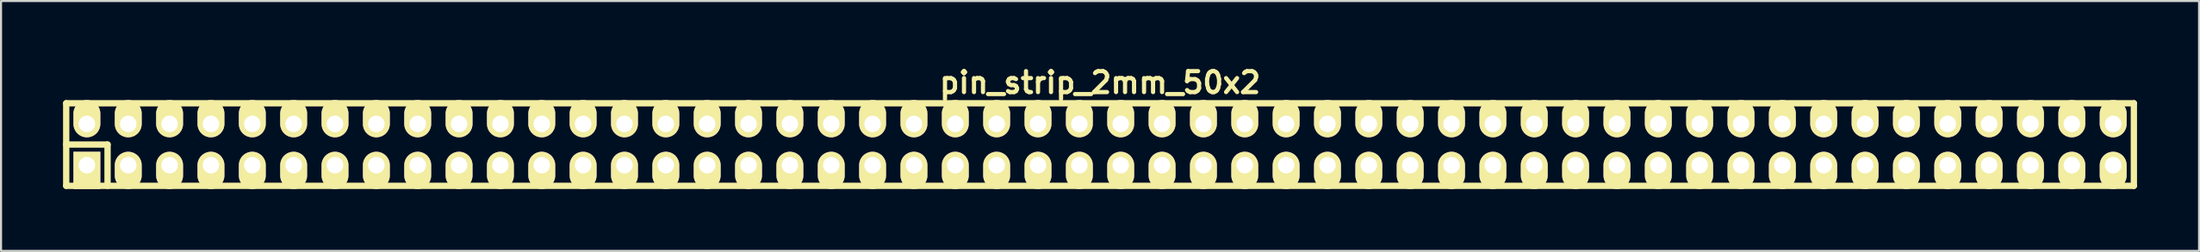
<source format=kicad_pcb>
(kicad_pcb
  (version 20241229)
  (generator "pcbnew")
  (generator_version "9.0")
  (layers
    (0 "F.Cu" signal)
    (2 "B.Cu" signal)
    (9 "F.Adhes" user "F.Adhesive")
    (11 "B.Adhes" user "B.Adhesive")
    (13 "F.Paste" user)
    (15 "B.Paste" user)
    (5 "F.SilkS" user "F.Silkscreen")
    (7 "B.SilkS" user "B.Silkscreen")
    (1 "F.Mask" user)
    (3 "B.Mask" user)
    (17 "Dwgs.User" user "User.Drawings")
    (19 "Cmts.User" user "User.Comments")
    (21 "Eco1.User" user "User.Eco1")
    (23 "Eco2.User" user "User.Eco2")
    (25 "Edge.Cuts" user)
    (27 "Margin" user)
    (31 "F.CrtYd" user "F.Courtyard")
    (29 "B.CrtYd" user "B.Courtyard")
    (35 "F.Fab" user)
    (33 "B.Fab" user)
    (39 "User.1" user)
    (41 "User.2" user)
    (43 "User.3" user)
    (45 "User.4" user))
  (footprint "pin_strip_2mm_50x2"
    (layer "F.Cu")
    (at 50.152 3.951)
    (property "Reference" "pin_strip_2mm_50x2" (at 0 -3 0) (layer "F.SilkS") (effects (font (size 1.016 1.016) (thickness 0.203))))
    (attr through_hole)
    (fp_line (start -50 -2) (end 50 -2) (stroke (width 0.305) (type solid)) (layer "F.SilkS"))
    (fp_line (start -50 0) (end -48 0) (stroke (width 0.305) (type solid)) (layer "F.SilkS"))
    (fp_line (start -50 2) (end -50 -2) (stroke (width 0.305) (type solid)) (layer "F.SilkS"))
    (fp_line (start -48 0) (end -48 2) (stroke (width 0.305) (type solid)) (layer "F.SilkS"))
    (fp_line (start 50 -2) (end 50 2) (stroke (width 0.305) (type solid)) (layer "F.SilkS"))
    (fp_line (start 50 2) (end -50 2) (stroke (width 0.305) (type solid)) (layer "F.SilkS"))
    (pad "1" thru_hole rect (at -49 1) (size 1.3 1.8) (drill 0.8 (offset 0 0.25)) (layers "*.Cu" "*.Mask" "F.SilkS"))
    (pad "2" thru_hole oval (at -49 -1) (size 1.3 1.8) (drill 0.8 (offset 0 -0.25)) (layers "*.Cu" "*.Mask" "F.SilkS"))
    (pad "3" thru_hole oval (at -47 1) (size 1.3 1.8) (drill 0.8 (offset 0 0.25)) (layers "*.Cu" "*.Mask" "F.SilkS"))
    (pad "4" thru_hole oval (at -47 -1) (size 1.3 1.8) (drill 0.8 (offset 0 -0.25)) (layers "*.Cu" "*.Mask" "F.SilkS"))
    (pad "5" thru_hole oval (at -45 1) (size 1.3 1.8) (drill 0.8 (offset 0 0.25)) (layers "*.Cu" "*.Mask" "F.SilkS"))
    (pad "6" thru_hole oval (at -45 -1) (size 1.3 1.8) (drill 0.8 (offset 0 -0.25)) (layers "*.Cu" "*.Mask" "F.SilkS"))
    (pad "7" thru_hole oval (at -43 1) (size 1.3 1.8) (drill 0.8 (offset 0 0.25)) (layers "*.Cu" "*.Mask" "F.SilkS"))
    (pad "8" thru_hole oval (at -43 -1) (size 1.3 1.8) (drill 0.8 (offset 0 -0.25)) (layers "*.Cu" "*.Mask" "F.SilkS"))
    (pad "9" thru_hole oval (at -41 1) (size 1.3 1.8) (drill 0.8 (offset 0 0.25)) (layers "*.Cu" "*.Mask" "F.SilkS"))
    (pad "10" thru_hole oval (at -41 -1) (size 1.3 1.8) (drill 0.8 (offset 0 -0.25)) (layers "*.Cu" "*.Mask" "F.SilkS"))
    (pad "11" thru_hole oval (at -39 1) (size 1.3 1.8) (drill 0.8 (offset 0 0.25)) (layers "*.Cu" "*.Mask" "F.SilkS"))
    (pad "12" thru_hole oval (at -39 -1) (size 1.3 1.8) (drill 0.8 (offset 0 -0.25)) (layers "*.Cu" "*.Mask" "F.SilkS"))
    (pad "13" thru_hole oval (at -37 1) (size 1.3 1.8) (drill 0.8 (offset 0 0.25)) (layers "*.Cu" "*.Mask" "F.SilkS"))
    (pad "14" thru_hole oval (at -37 -1) (size 1.3 1.8) (drill 0.8 (offset 0 -0.25)) (layers "*.Cu" "*.Mask" "F.SilkS"))
    (pad "15" thru_hole oval (at -35 1) (size 1.3 1.8) (drill 0.8 (offset 0 0.25)) (layers "*.Cu" "*.Mask" "F.SilkS"))
    (pad "16" thru_hole oval (at -35 -1) (size 1.3 1.8) (drill 0.8 (offset 0 -0.25)) (layers "*.Cu" "*.Mask" "F.SilkS"))
    (pad "17" thru_hole oval (at -33 1) (size 1.3 1.8) (drill 0.8 (offset 0 0.25)) (layers "*.Cu" "*.Mask" "F.SilkS"))
    (pad "18" thru_hole oval (at -33 -1) (size 1.3 1.8) (drill 0.8 (offset 0 -0.25)) (layers "*.Cu" "*.Mask" "F.SilkS"))
    (pad "19" thru_hole oval (at -31 1) (size 1.3 1.8) (drill 0.8 (offset 0 0.25)) (layers "*.Cu" "*.Mask" "F.SilkS"))
    (pad "20" thru_hole oval (at -31 -1) (size 1.3 1.8) (drill 0.8 (offset 0 -0.25)) (layers "*.Cu" "*.Mask" "F.SilkS"))
    (pad "21" thru_hole oval (at -29 1) (size 1.3 1.8) (drill 0.8 (offset 0 0.25)) (layers "*.Cu" "*.Mask" "F.SilkS"))
    (pad "22" thru_hole oval (at -29 -1) (size 1.3 1.8) (drill 0.8 (offset 0 -0.25)) (layers "*.Cu" "*.Mask" "F.SilkS"))
    (pad "23" thru_hole oval (at -27 1) (size 1.3 1.8) (drill 0.8 (offset 0 0.25)) (layers "*.Cu" "*.Mask" "F.SilkS"))
    (pad "24" thru_hole oval (at -27 -1) (size 1.3 1.8) (drill 0.8 (offset 0 -0.25)) (layers "*.Cu" "*.Mask" "F.SilkS"))
    (pad "25" thru_hole oval (at -25 1) (size 1.3 1.8) (drill 0.8 (offset 0 0.25)) (layers "*.Cu" "*.Mask" "F.SilkS"))
    (pad "26" thru_hole oval (at -25 -1) (size 1.3 1.8) (drill 0.8 (offset 0 -0.25)) (layers "*.Cu" "*.Mask" "F.SilkS"))
    (pad "27" thru_hole oval (at -23 1) (size 1.3 1.8) (drill 0.8 (offset 0 0.25)) (layers "*.Cu" "*.Mask" "F.SilkS"))
    (pad "28" thru_hole oval (at -23 -1) (size 1.3 1.8) (drill 0.8 (offset 0 -0.25)) (layers "*.Cu" "*.Mask" "F.SilkS"))
    (pad "29" thru_hole oval (at -21 1) (size 1.3 1.8) (drill 0.8 (offset 0 0.25)) (layers "*.Cu" "*.Mask" "F.SilkS"))
    (pad "30" thru_hole oval (at -21 -1) (size 1.3 1.8) (drill 0.8 (offset 0 -0.25)) (layers "*.Cu" "*.Mask" "F.SilkS"))
    (pad "31" thru_hole oval (at -19 1) (size 1.3 1.8) (drill 0.8 (offset 0 0.25)) (layers "*.Cu" "*.Mask" "F.SilkS"))
    (pad "32" thru_hole oval (at -19 -1) (size 1.3 1.8) (drill 0.8 (offset 0 -0.25)) (layers "*.Cu" "*.Mask" "F.SilkS"))
    (pad "33" thru_hole oval (at -17 1) (size 1.3 1.8) (drill 0.8 (offset 0 0.25)) (layers "*.Cu" "*.Mask" "F.SilkS"))
    (pad "34" thru_hole oval (at -17 -1) (size 1.3 1.8) (drill 0.8 (offset 0 -0.25)) (layers "*.Cu" "*.Mask" "F.SilkS"))
    (pad "35" thru_hole oval (at -15 1) (size 1.3 1.8) (drill 0.8 (offset 0 0.25)) (layers "*.Cu" "*.Mask" "F.SilkS"))
    (pad "36" thru_hole oval (at -15 -1) (size 1.3 1.8) (drill 0.8 (offset 0 -0.25)) (layers "*.Cu" "*.Mask" "F.SilkS"))
    (pad "37" thru_hole oval (at -13 1) (size 1.3 1.8) (drill 0.8 (offset 0 0.25)) (layers "*.Cu" "*.Mask" "F.SilkS"))
    (pad "38" thru_hole oval (at -13 -1) (size 1.3 1.8) (drill 0.8 (offset 0 -0.25)) (layers "*.Cu" "*.Mask" "F.SilkS"))
    (pad "39" thru_hole oval (at -11 1) (size 1.3 1.8) (drill 0.8 (offset 0 0.25)) (layers "*.Cu" "*.Mask" "F.SilkS"))
    (pad "40" thru_hole oval (at -11 -1) (size 1.3 1.8) (drill 0.8 (offset 0 -0.25)) (layers "*.Cu" "*.Mask" "F.SilkS"))
    (pad "41" thru_hole oval (at -9 1) (size 1.3 1.8) (drill 0.8 (offset 0 0.25)) (layers "*.Cu" "*.Mask" "F.SilkS"))
    (pad "42" thru_hole oval (at -9 -1) (size 1.3 1.8) (drill 0.8 (offset 0 -0.25)) (layers "*.Cu" "*.Mask" "F.SilkS"))
    (pad "43" thru_hole oval (at -7 1) (size 1.3 1.8) (drill 0.8 (offset 0 0.25)) (layers "*.Cu" "*.Mask" "F.SilkS"))
    (pad "44" thru_hole oval (at -7 -1) (size 1.3 1.8) (drill 0.8 (offset 0 -0.25)) (layers "*.Cu" "*.Mask" "F.SilkS"))
    (pad "45" thru_hole oval (at -5 1) (size 1.3 1.8) (drill 0.8 (offset 0 0.25)) (layers "*.Cu" "*.Mask" "F.SilkS"))
    (pad "46" thru_hole oval (at -5 -1) (size 1.3 1.8) (drill 0.8 (offset 0 -0.25)) (layers "*.Cu" "*.Mask" "F.SilkS"))
    (pad "47" thru_hole oval (at -3 1) (size 1.3 1.8) (drill 0.8 (offset 0 0.25)) (layers "*.Cu" "*.Mask" "F.SilkS"))
    (pad "48" thru_hole oval (at -3 -1) (size 1.3 1.8) (drill 0.8 (offset 0 -0.25)) (layers "*.Cu" "*.Mask" "F.SilkS"))
    (pad "49" thru_hole oval (at -1 1) (size 1.3 1.8) (drill 0.8 (offset 0 0.25)) (layers "*.Cu" "*.Mask" "F.SilkS"))
    (pad "50" thru_hole oval (at -1 -1) (size 1.3 1.8) (drill 0.8 (offset 0 -0.25)) (layers "*.Cu" "*.Mask" "F.SilkS"))
    (pad "51" thru_hole oval (at 1 1) (size 1.3 1.8) (drill 0.8 (offset 0 0.25)) (layers "*.Cu" "*.Mask" "F.SilkS"))
    (pad "52" thru_hole oval (at 1 -1) (size 1.3 1.8) (drill 0.8 (offset 0 -0.25)) (layers "*.Cu" "*.Mask" "F.SilkS"))
    (pad "53" thru_hole oval (at 3 1) (size 1.3 1.8) (drill 0.8 (offset 0 0.25)) (layers "*.Cu" "*.Mask" "F.SilkS"))
    (pad "54" thru_hole oval (at 3 -1) (size 1.3 1.8) (drill 0.8 (offset 0 -0.25)) (layers "*.Cu" "*.Mask" "F.SilkS"))
    (pad "55" thru_hole oval (at 5 1) (size 1.3 1.8) (drill 0.8 (offset 0 0.25)) (layers "*.Cu" "*.Mask" "F.SilkS"))
    (pad "56" thru_hole oval (at 5 -1) (size 1.3 1.8) (drill 0.8 (offset 0 -0.25)) (layers "*.Cu" "*.Mask" "F.SilkS"))
    (pad "57" thru_hole oval (at 7 1) (size 1.3 1.8) (drill 0.8 (offset 0 0.25)) (layers "*.Cu" "*.Mask" "F.SilkS"))
    (pad "58" thru_hole oval (at 7 -1) (size 1.3 1.8) (drill 0.8 (offset 0 -0.25)) (layers "*.Cu" "*.Mask" "F.SilkS"))
    (pad "59" thru_hole oval (at 9 1) (size 1.3 1.8) (drill 0.8 (offset 0 0.25)) (layers "*.Cu" "*.Mask" "F.SilkS"))
    (pad "60" thru_hole oval (at 9 -1) (size 1.3 1.8) (drill 0.8 (offset 0 -0.25)) (layers "*.Cu" "*.Mask" "F.SilkS"))
    (pad "61" thru_hole oval (at 11 1) (size 1.3 1.8) (drill 0.8 (offset 0 0.25)) (layers "*.Cu" "*.Mask" "F.SilkS"))
    (pad "62" thru_hole oval (at 11 -1) (size 1.3 1.8) (drill 0.8 (offset 0 -0.25)) (layers "*.Cu" "*.Mask" "F.SilkS"))
    (pad "63" thru_hole oval (at 13 1) (size 1.3 1.8) (drill 0.8 (offset 0 0.25)) (layers "*.Cu" "*.Mask" "F.SilkS"))
    (pad "64" thru_hole oval (at 13 -1) (size 1.3 1.8) (drill 0.8 (offset 0 -0.25)) (layers "*.Cu" "*.Mask" "F.SilkS"))
    (pad "65" thru_hole oval (at 15 1) (size 1.3 1.8) (drill 0.8 (offset 0 0.25)) (layers "*.Cu" "*.Mask" "F.SilkS"))
    (pad "66" thru_hole oval (at 15 -1) (size 1.3 1.8) (drill 0.8 (offset 0 -0.25)) (layers "*.Cu" "*.Mask" "F.SilkS"))
    (pad "67" thru_hole oval (at 17 1) (size 1.3 1.8) (drill 0.8 (offset 0 0.25)) (layers "*.Cu" "*.Mask" "F.SilkS"))
    (pad "68" thru_hole oval (at 17 -1) (size 1.3 1.8) (drill 0.8 (offset 0 -0.25)) (layers "*.Cu" "*.Mask" "F.SilkS"))
    (pad "69" thru_hole oval (at 19 1) (size 1.3 1.8) (drill 0.8 (offset 0 0.25)) (layers "*.Cu" "*.Mask" "F.SilkS"))
    (pad "70" thru_hole oval (at 19 -1) (size 1.3 1.8) (drill 0.8 (offset 0 -0.25)) (layers "*.Cu" "*.Mask" "F.SilkS"))
    (pad "71" thru_hole oval (at 21 1) (size 1.3 1.8) (drill 0.8 (offset 0 0.25)) (layers "*.Cu" "*.Mask" "F.SilkS"))
    (pad "72" thru_hole oval (at 21 -1) (size 1.3 1.8) (drill 0.8 (offset 0 -0.25)) (layers "*.Cu" "*.Mask" "F.SilkS"))
    (pad "73" thru_hole oval (at 23 1) (size 1.3 1.8) (drill 0.8 (offset 0 0.25)) (layers "*.Cu" "*.Mask" "F.SilkS"))
    (pad "74" thru_hole oval (at 23 -1) (size 1.3 1.8) (drill 0.8 (offset 0 -0.25)) (layers "*.Cu" "*.Mask" "F.SilkS"))
    (pad "75" thru_hole oval (at 25 1) (size 1.3 1.8) (drill 0.8 (offset 0 0.25)) (layers "*.Cu" "*.Mask" "F.SilkS"))
    (pad "76" thru_hole oval (at 25 -1) (size 1.3 1.8) (drill 0.8 (offset 0 -0.25)) (layers "*.Cu" "*.Mask" "F.SilkS"))
    (pad "77" thru_hole oval (at 27 1) (size 1.3 1.8) (drill 0.8 (offset 0 0.25)) (layers "*.Cu" "*.Mask" "F.SilkS"))
    (pad "78" thru_hole oval (at 27 -1) (size 1.3 1.8) (drill 0.8 (offset 0 -0.25)) (layers "*.Cu" "*.Mask" "F.SilkS"))
    (pad "79" thru_hole oval (at 29 1) (size 1.3 1.8) (drill 0.8 (offset 0 0.25)) (layers "*.Cu" "*.Mask" "F.SilkS"))
    (pad "80" thru_hole oval (at 29 -1) (size 1.3 1.8) (drill 0.8 (offset 0 -0.25)) (layers "*.Cu" "*.Mask" "F.SilkS"))
    (pad "81" thru_hole oval (at 31 1) (size 1.3 1.8) (drill 0.8 (offset 0 0.25)) (layers "*.Cu" "*.Mask" "F.SilkS"))
    (pad "82" thru_hole oval (at 31 -1) (size 1.3 1.8) (drill 0.8 (offset 0 -0.25)) (layers "*.Cu" "*.Mask" "F.SilkS"))
    (pad "83" thru_hole oval (at 33 1) (size 1.3 1.8) (drill 0.8 (offset 0 0.25)) (layers "*.Cu" "*.Mask" "F.SilkS"))
    (pad "84" thru_hole oval (at 33 -1) (size 1.3 1.8) (drill 0.8 (offset 0 -0.25)) (layers "*.Cu" "*.Mask" "F.SilkS"))
    (pad "85" thru_hole oval (at 35 1) (size 1.3 1.8) (drill 0.8 (offset 0 0.25)) (layers "*.Cu" "*.Mask" "F.SilkS"))
    (pad "86" thru_hole oval (at 35 -1) (size 1.3 1.8) (drill 0.8 (offset 0 -0.25)) (layers "*.Cu" "*.Mask" "F.SilkS"))
    (pad "87" thru_hole oval (at 37 1) (size 1.3 1.8) (drill 0.8 (offset 0 0.25)) (layers "*.Cu" "*.Mask" "F.SilkS"))
    (pad "88" thru_hole oval (at 37 -1) (size 1.3 1.8) (drill 0.8 (offset 0 -0.25)) (layers "*.Cu" "*.Mask" "F.SilkS"))
    (pad "89" thru_hole oval (at 39 1) (size 1.3 1.8) (drill 0.8 (offset 0 0.25)) (layers "*.Cu" "*.Mask" "F.SilkS"))
    (pad "90" thru_hole oval (at 39 -1) (size 1.3 1.8) (drill 0.8 (offset 0 -0.25)) (layers "*.Cu" "*.Mask" "F.SilkS"))
    (pad "91" thru_hole oval (at 41 1) (size 1.3 1.8) (drill 0.8 (offset 0 0.25)) (layers "*.Cu" "*.Mask" "F.SilkS"))
    (pad "92" thru_hole oval (at 41 -1) (size 1.3 1.8) (drill 0.8 (offset 0 -0.25)) (layers "*.Cu" "*.Mask" "F.SilkS"))
    (pad "93" thru_hole oval (at 43 1) (size 1.3 1.8) (drill 0.8 (offset 0 0.25)) (layers "*.Cu" "*.Mask" "F.SilkS"))
    (pad "94" thru_hole oval (at 43 -1) (size 1.3 1.8) (drill 0.8 (offset 0 -0.25)) (layers "*.Cu" "*.Mask" "F.SilkS"))
    (pad "95" thru_hole oval (at 45 1) (size 1.3 1.8) (drill 0.8 (offset 0 0.25)) (layers "*.Cu" "*.Mask" "F.SilkS"))
    (pad "96" thru_hole oval (at 45 -1) (size 1.3 1.8) (drill 0.8 (offset 0 -0.25)) (layers "*.Cu" "*.Mask" "F.SilkS"))
    (pad "97" thru_hole oval (at 47 1) (size 1.3 1.8) (drill 0.8 (offset 0 0.25)) (layers "*.Cu" "*.Mask" "F.SilkS"))
    (pad "98" thru_hole oval (at 47 -1) (size 1.3 1.8) (drill 0.8 (offset 0 -0.25)) (layers "*.Cu" "*.Mask" "F.SilkS"))
    (pad "99" thru_hole oval (at 49 1) (size 1.3 1.8) (drill 0.8 (offset 0 0.25)) (layers "*.Cu" "*.Mask" "F.SilkS"))
    (pad "100" thru_hole oval (at 49 -1) (size 1.3 1.8) (drill 0.8 (offset 0 -0.25)) (layers "*.Cu" "*.Mask" "F.SilkS")))
  (gr_rect
    (start -3 -3)
    (end 103.305 9.103)
    (stroke (width 0.1) (type default))
    (fill no)
    (layer "Edge.Cuts")))
</source>
